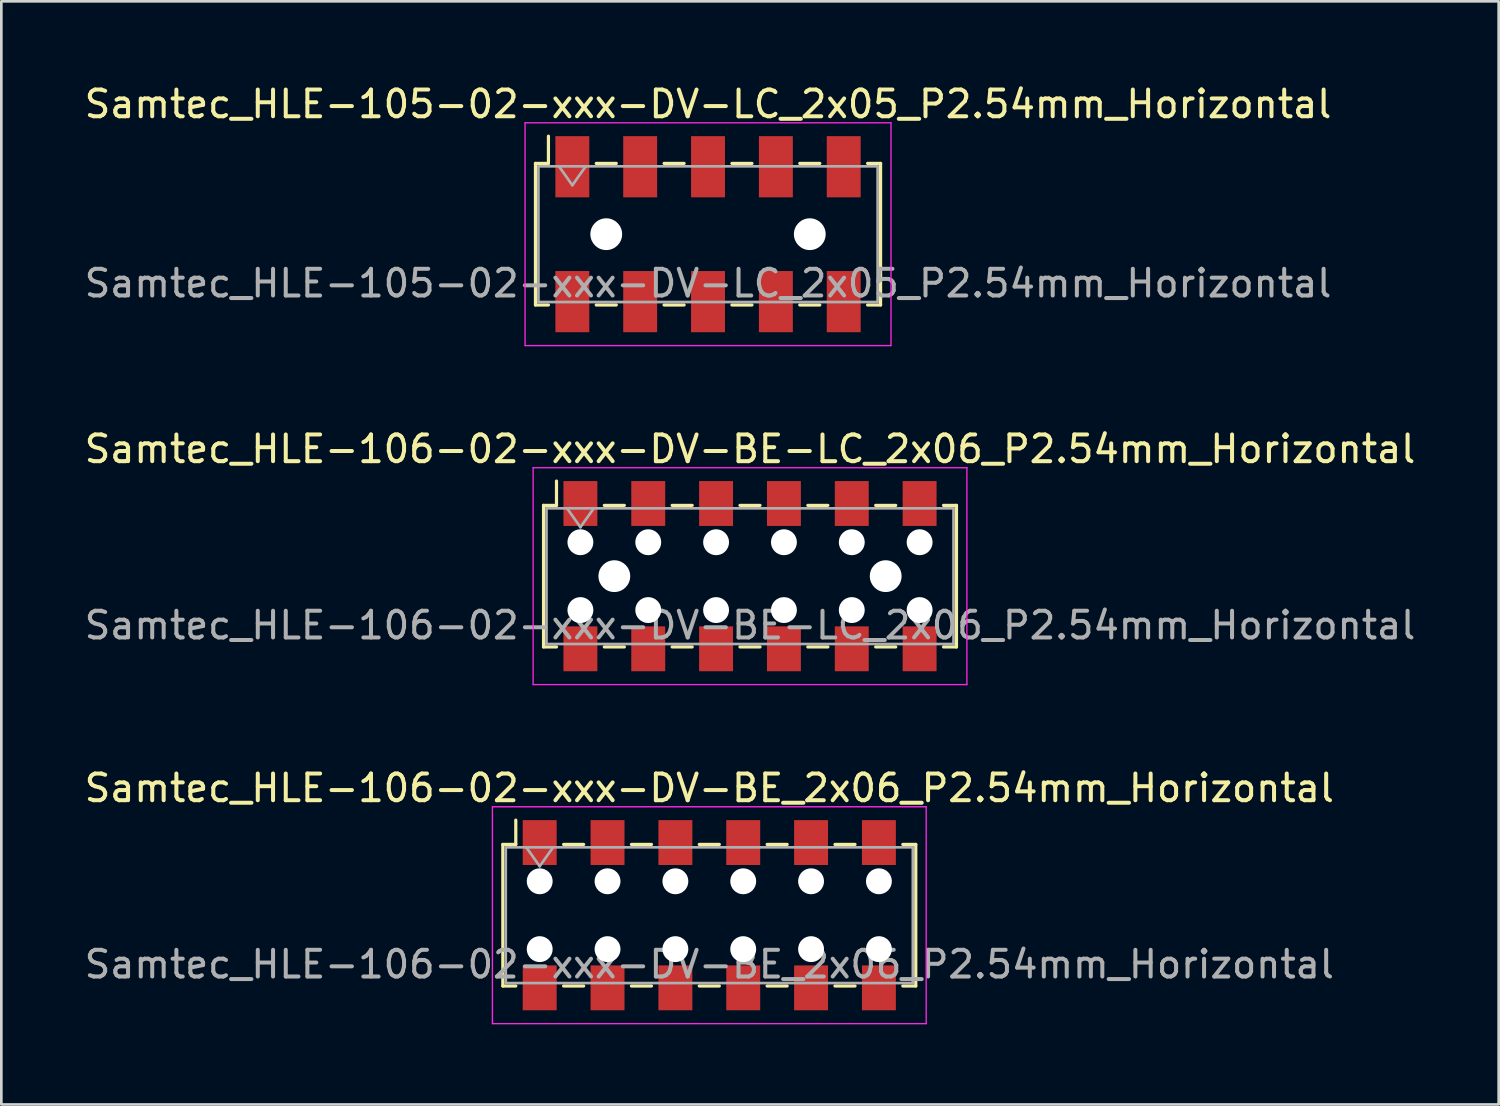
<source format=kicad_pcb>
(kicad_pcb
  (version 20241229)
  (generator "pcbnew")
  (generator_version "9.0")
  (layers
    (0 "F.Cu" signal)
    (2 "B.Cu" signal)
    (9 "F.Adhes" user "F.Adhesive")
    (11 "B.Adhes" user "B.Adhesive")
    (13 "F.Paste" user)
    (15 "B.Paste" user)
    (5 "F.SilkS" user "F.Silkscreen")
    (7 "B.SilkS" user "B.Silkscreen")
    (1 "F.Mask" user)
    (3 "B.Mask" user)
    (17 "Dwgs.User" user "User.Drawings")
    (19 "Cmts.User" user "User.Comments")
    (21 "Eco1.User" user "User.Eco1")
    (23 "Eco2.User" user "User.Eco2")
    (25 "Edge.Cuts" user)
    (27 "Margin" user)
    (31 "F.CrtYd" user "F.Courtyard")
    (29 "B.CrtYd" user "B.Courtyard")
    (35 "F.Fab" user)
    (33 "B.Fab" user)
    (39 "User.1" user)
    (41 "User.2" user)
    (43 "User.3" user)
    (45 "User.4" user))
  (footprint "Samtec_HLE-105-02-xxx-DV-LC_2x05_P2.54mm_Horizontal"
    (layer "F.Cu")
    (at 23.458 5.718)
    (property "Reference" "Samtec_HLE-105-02-xxx-DV-LC_2x05_P2.54mm_Horizontal" (at 0 -4.87 0) (layer "F.SilkS") (effects (font (size 1 1) (thickness 0.15))))
    (attr smd)
    (fp_line (start -6.46 -2.65) (end -6.46 2.65) (stroke (width 0.12) (type solid)) (layer "F.SilkS"))
    (fp_line (start -6.46 2.65) (end -5.975 2.65) (stroke (width 0.12) (type solid)) (layer "F.SilkS"))
    (fp_line (start -5.975 -3.67) (end -5.975 -2.65) (stroke (width 0.12) (type solid)) (layer "F.SilkS"))
    (fp_line (start -5.975 -2.65) (end -6.46 -2.65) (stroke (width 0.12) (type solid)) (layer "F.SilkS"))
    (fp_line (start -4.185 -2.65) (end -3.435 -2.65) (stroke (width 0.12) (type solid)) (layer "F.SilkS"))
    (fp_line (start -4.185 2.65) (end -3.435 2.65) (stroke (width 0.12) (type solid)) (layer "F.SilkS"))
    (fp_line (start -1.645 -2.65) (end -0.895 -2.65) (stroke (width 0.12) (type solid)) (layer "F.SilkS"))
    (fp_line (start -1.645 2.65) (end -0.895 2.65) (stroke (width 0.12) (type solid)) (layer "F.SilkS"))
    (fp_line (start 0.895 -2.65) (end 1.645 -2.65) (stroke (width 0.12) (type solid)) (layer "F.SilkS"))
    (fp_line (start 0.895 2.65) (end 1.645 2.65) (stroke (width 0.12) (type solid)) (layer "F.SilkS"))
    (fp_line (start 3.435 -2.65) (end 4.185 -2.65) (stroke (width 0.12) (type solid)) (layer "F.SilkS"))
    (fp_line (start 3.435 2.65) (end 4.185 2.65) (stroke (width 0.12) (type solid)) (layer "F.SilkS"))
    (fp_line (start 5.975 -2.65) (end 6.46 -2.65) (stroke (width 0.12) (type solid)) (layer "F.SilkS"))
    (fp_line (start 6.46 -2.65) (end 6.46 2.65) (stroke (width 0.12) (type solid)) (layer "F.SilkS"))
    (fp_line (start 6.46 2.65) (end 5.975 2.65) (stroke (width 0.12) (type solid)) (layer "F.SilkS"))
    (fp_line (start -6.85 -4.17) (end 6.85 -4.17) (stroke (width 0.05) (type solid)) (layer "F.CrtYd"))
    (fp_line (start -6.85 4.17) (end -6.85 -4.17) (stroke (width 0.05) (type solid)) (layer "F.CrtYd"))
    (fp_line (start 6.85 -4.17) (end 6.85 4.17) (stroke (width 0.05) (type solid)) (layer "F.CrtYd"))
    (fp_line (start 6.85 4.17) (end -6.85 4.17) (stroke (width 0.05) (type solid)) (layer "F.CrtYd"))
    (fp_line (start -6.35 -2.54) (end 6.35 -2.54) (stroke (width 0.1) (type solid)) (layer "F.Fab"))
    (fp_line (start -6.35 2.54) (end -6.35 -2.54) (stroke (width 0.1) (type solid)) (layer "F.Fab"))
    (fp_line (start -5.58 -2.54) (end -5.08 -1.833) (stroke (width 0.1) (type solid)) (layer "F.Fab"))
    (fp_line (start -5.08 -1.833) (end -4.58 -2.54) (stroke (width 0.1) (type solid)) (layer "F.Fab"))
    (fp_line (start 6.35 -2.54) (end 6.35 2.54) (stroke (width 0.1) (type solid)) (layer "F.Fab"))
    (fp_line (start 6.35 2.54) (end -6.35 2.54) (stroke (width 0.1) (type solid)) (layer "F.Fab"))
    (fp_text user "${REFERENCE}" (at 0 1.84 0) (layer "F.Fab") (effects (font (size 1 1) (thickness 0.15))))
    (pad "" np_thru_hole circle (at -3.81 0) (size 1.19 1.19) (drill 1.19) (layers "*.Cu" "*.Mask"))
    (pad "" np_thru_hole circle (at 3.81 0) (size 1.19 1.19) (drill 1.19) (layers "*.Cu" "*.Mask"))
    (pad "1" smd rect (at -5.08 -2.525) (size 1.27 2.29) (layers "F.Cu" "F.Mask" "F.Paste"))
    (pad "2" smd rect (at -5.08 2.525) (size 1.27 2.29) (layers "F.Cu" "F.Mask" "F.Paste"))
    (pad "3" smd rect (at -2.54 -2.525) (size 1.27 2.29) (layers "F.Cu" "F.Mask" "F.Paste"))
    (pad "4" smd rect (at -2.54 2.525) (size 1.27 2.29) (layers "F.Cu" "F.Mask" "F.Paste"))
    (pad "5" smd rect (at 0 -2.525) (size 1.27 2.29) (layers "F.Cu" "F.Mask" "F.Paste"))
    (pad "6" smd rect (at 0 2.525) (size 1.27 2.29) (layers "F.Cu" "F.Mask" "F.Paste"))
    (pad "7" smd rect (at 2.54 -2.525) (size 1.27 2.29) (layers "F.Cu" "F.Mask" "F.Paste"))
    (pad "8" smd rect (at 2.54 2.525) (size 1.27 2.29) (layers "F.Cu" "F.Mask" "F.Paste"))
    (pad "9" smd rect (at 5.08 -2.525) (size 1.27 2.29) (layers "F.Cu" "F.Mask" "F.Paste"))
    (pad "10" smd rect (at 5.08 2.525) (size 1.27 2.29) (layers "F.Cu" "F.Mask" "F.Paste")))
  (footprint "Samtec_HLE-106-02-xxx-DV-BE-LC_2x06_P2.54mm_Horizontal"
    (layer "F.Cu")
    (at 25.03 18.521)
    (property "Reference" "Samtec_HLE-106-02-xxx-DV-BE-LC_2x06_P2.54mm_Horizontal" (at 0 -4.76 0) (layer "F.SilkS") (effects (font (size 1 1) (thickness 0.15))))
    (attr smd)
    (fp_line (start -7.73 -2.65) (end -7.73 2.65) (stroke (width 0.12) (type solid)) (layer "F.SilkS"))
    (fp_line (start -7.73 2.65) (end -7.245 2.65) (stroke (width 0.12) (type solid)) (layer "F.SilkS"))
    (fp_line (start -7.245 -3.56) (end -7.245 -2.65) (stroke (width 0.12) (type solid)) (layer "F.SilkS"))
    (fp_line (start -7.245 -2.65) (end -7.73 -2.65) (stroke (width 0.12) (type solid)) (layer "F.SilkS"))
    (fp_line (start -5.455 -2.65) (end -4.705 -2.65) (stroke (width 0.12) (type solid)) (layer "F.SilkS"))
    (fp_line (start -5.455 2.65) (end -4.705 2.65) (stroke (width 0.12) (type solid)) (layer "F.SilkS"))
    (fp_line (start -2.915 -2.65) (end -2.165 -2.65) (stroke (width 0.12) (type solid)) (layer "F.SilkS"))
    (fp_line (start -2.915 2.65) (end -2.165 2.65) (stroke (width 0.12) (type solid)) (layer "F.SilkS"))
    (fp_line (start -0.375 -2.65) (end 0.375 -2.65) (stroke (width 0.12) (type solid)) (layer "F.SilkS"))
    (fp_line (start -0.375 2.65) (end 0.375 2.65) (stroke (width 0.12) (type solid)) (layer "F.SilkS"))
    (fp_line (start 2.165 -2.65) (end 2.915 -2.65) (stroke (width 0.12) (type solid)) (layer "F.SilkS"))
    (fp_line (start 2.165 2.65) (end 2.915 2.65) (stroke (width 0.12) (type solid)) (layer "F.SilkS"))
    (fp_line (start 4.705 -2.65) (end 5.455 -2.65) (stroke (width 0.12) (type solid)) (layer "F.SilkS"))
    (fp_line (start 4.705 2.65) (end 5.455 2.65) (stroke (width 0.12) (type solid)) (layer "F.SilkS"))
    (fp_line (start 7.245 -2.65) (end 7.73 -2.65) (stroke (width 0.12) (type solid)) (layer "F.SilkS"))
    (fp_line (start 7.73 -2.65) (end 7.73 2.65) (stroke (width 0.12) (type solid)) (layer "F.SilkS"))
    (fp_line (start 7.73 2.65) (end 7.245 2.65) (stroke (width 0.12) (type solid)) (layer "F.SilkS"))
    (fp_line (start -8.12 -4.06) (end 8.12 -4.06) (stroke (width 0.05) (type solid)) (layer "F.CrtYd"))
    (fp_line (start -8.12 4.06) (end -8.12 -4.06) (stroke (width 0.05) (type solid)) (layer "F.CrtYd"))
    (fp_line (start 8.12 -4.06) (end 8.12 4.06) (stroke (width 0.05) (type solid)) (layer "F.CrtYd"))
    (fp_line (start 8.12 4.06) (end -8.12 4.06) (stroke (width 0.05) (type solid)) (layer "F.CrtYd"))
    (fp_line (start -7.62 -2.54) (end 7.62 -2.54) (stroke (width 0.1) (type solid)) (layer "F.Fab"))
    (fp_line (start -7.62 2.54) (end -7.62 -2.54) (stroke (width 0.1) (type solid)) (layer "F.Fab"))
    (fp_line (start -6.85 -2.54) (end -6.35 -1.833) (stroke (width 0.1) (type solid)) (layer "F.Fab"))
    (fp_line (start -6.35 -1.833) (end -5.85 -2.54) (stroke (width 0.1) (type solid)) (layer "F.Fab"))
    (fp_line (start 7.62 -2.54) (end 7.62 2.54) (stroke (width 0.1) (type solid)) (layer "F.Fab"))
    (fp_line (start 7.62 2.54) (end -7.62 2.54) (stroke (width 0.1) (type solid)) (layer "F.Fab"))
    (fp_text user "${REFERENCE}" (at 0 1.84 0) (layer "F.Fab") (effects (font (size 1 1) (thickness 0.15))))
    (pad "" np_thru_hole circle (at -6.35 -1.27) (size 0.97 0.97) (drill 0.97) (layers "*.Cu" "*.Mask"))
    (pad "" np_thru_hole circle (at -6.35 1.27) (size 0.97 0.97) (drill 0.97) (layers "*.Cu" "*.Mask"))
    (pad "" np_thru_hole circle (at -5.08 0) (size 1.19 1.19) (drill 1.19) (layers "*.Cu" "*.Mask"))
    (pad "" np_thru_hole circle (at -3.81 -1.27) (size 0.97 0.97) (drill 0.97) (layers "*.Cu" "*.Mask"))
    (pad "" np_thru_hole circle (at -3.81 1.27) (size 0.97 0.97) (drill 0.97) (layers "*.Cu" "*.Mask"))
    (pad "" np_thru_hole circle (at -1.27 -1.27) (size 0.97 0.97) (drill 0.97) (layers "*.Cu" "*.Mask"))
    (pad "" np_thru_hole circle (at -1.27 1.27) (size 0.97 0.97) (drill 0.97) (layers "*.Cu" "*.Mask"))
    (pad "" np_thru_hole circle (at 1.27 -1.27) (size 0.97 0.97) (drill 0.97) (layers "*.Cu" "*.Mask"))
    (pad "" np_thru_hole circle (at 1.27 1.27) (size 0.97 0.97) (drill 0.97) (layers "*.Cu" "*.Mask"))
    (pad "" np_thru_hole circle (at 3.81 -1.27) (size 0.97 0.97) (drill 0.97) (layers "*.Cu" "*.Mask"))
    (pad "" np_thru_hole circle (at 3.81 1.27) (size 0.97 0.97) (drill 0.97) (layers "*.Cu" "*.Mask"))
    (pad "" np_thru_hole circle (at 5.08 0) (size 1.19 1.19) (drill 1.19) (layers "*.Cu" "*.Mask"))
    (pad "" np_thru_hole circle (at 6.35 -1.27) (size 0.97 0.97) (drill 0.97) (layers "*.Cu" "*.Mask"))
    (pad "" np_thru_hole circle (at 6.35 1.27) (size 0.97 0.97) (drill 0.97) (layers "*.Cu" "*.Mask"))
    (pad "1" smd rect (at -6.35 -2.72) (size 1.27 1.68) (layers "F.Cu" "F.Mask" "F.Paste"))
    (pad "2" smd rect (at -6.35 2.72) (size 1.27 1.68) (layers "F.Cu" "F.Mask" "F.Paste"))
    (pad "3" smd rect (at -3.81 -2.72) (size 1.27 1.68) (layers "F.Cu" "F.Mask" "F.Paste"))
    (pad "4" smd rect (at -3.81 2.72) (size 1.27 1.68) (layers "F.Cu" "F.Mask" "F.Paste"))
    (pad "5" smd rect (at -1.27 -2.72) (size 1.27 1.68) (layers "F.Cu" "F.Mask" "F.Paste"))
    (pad "6" smd rect (at -1.27 2.72) (size 1.27 1.68) (layers "F.Cu" "F.Mask" "F.Paste"))
    (pad "7" smd rect (at 1.27 -2.72) (size 1.27 1.68) (layers "F.Cu" "F.Mask" "F.Paste"))
    (pad "8" smd rect (at 1.27 2.72) (size 1.27 1.68) (layers "F.Cu" "F.Mask" "F.Paste"))
    (pad "9" smd rect (at 3.81 -2.72) (size 1.27 1.68) (layers "F.Cu" "F.Mask" "F.Paste"))
    (pad "10" smd rect (at 3.81 2.72) (size 1.27 1.68) (layers "F.Cu" "F.Mask" "F.Paste"))
    (pad "11" smd rect (at 6.35 -2.72) (size 1.27 1.68) (layers "F.Cu" "F.Mask" "F.Paste"))
    (pad "12" smd rect (at 6.35 2.72) (size 1.27 1.68) (layers "F.Cu" "F.Mask" "F.Paste")))
  (footprint "Samtec_HLE-106-02-xxx-DV-BE_2x06_P2.54mm_Horizontal"
    (layer "F.Cu")
    (at 23.506 31.215)
    (property "Reference" "Samtec_HLE-106-02-xxx-DV-BE_2x06_P2.54mm_Horizontal" (at 0 -4.76 0) (layer "F.SilkS") (effects (font (size 1 1) (thickness 0.15))))
    (attr smd)
    (fp_line (start -7.73 -2.65) (end -7.73 2.65) (stroke (width 0.12) (type solid)) (layer "F.SilkS"))
    (fp_line (start -7.73 2.65) (end -7.245 2.65) (stroke (width 0.12) (type solid)) (layer "F.SilkS"))
    (fp_line (start -7.245 -3.56) (end -7.245 -2.65) (stroke (width 0.12) (type solid)) (layer "F.SilkS"))
    (fp_line (start -7.245 -2.65) (end -7.73 -2.65) (stroke (width 0.12) (type solid)) (layer "F.SilkS"))
    (fp_line (start -5.455 -2.65) (end -4.705 -2.65) (stroke (width 0.12) (type solid)) (layer "F.SilkS"))
    (fp_line (start -5.455 2.65) (end -4.705 2.65) (stroke (width 0.12) (type solid)) (layer "F.SilkS"))
    (fp_line (start -2.915 -2.65) (end -2.165 -2.65) (stroke (width 0.12) (type solid)) (layer "F.SilkS"))
    (fp_line (start -2.915 2.65) (end -2.165 2.65) (stroke (width 0.12) (type solid)) (layer "F.SilkS"))
    (fp_line (start -0.375 -2.65) (end 0.375 -2.65) (stroke (width 0.12) (type solid)) (layer "F.SilkS"))
    (fp_line (start -0.375 2.65) (end 0.375 2.65) (stroke (width 0.12) (type solid)) (layer "F.SilkS"))
    (fp_line (start 2.165 -2.65) (end 2.915 -2.65) (stroke (width 0.12) (type solid)) (layer "F.SilkS"))
    (fp_line (start 2.165 2.65) (end 2.915 2.65) (stroke (width 0.12) (type solid)) (layer "F.SilkS"))
    (fp_line (start 4.705 -2.65) (end 5.455 -2.65) (stroke (width 0.12) (type solid)) (layer "F.SilkS"))
    (fp_line (start 4.705 2.65) (end 5.455 2.65) (stroke (width 0.12) (type solid)) (layer "F.SilkS"))
    (fp_line (start 7.245 -2.65) (end 7.73 -2.65) (stroke (width 0.12) (type solid)) (layer "F.SilkS"))
    (fp_line (start 7.73 -2.65) (end 7.73 2.65) (stroke (width 0.12) (type solid)) (layer "F.SilkS"))
    (fp_line (start 7.73 2.65) (end 7.245 2.65) (stroke (width 0.12) (type solid)) (layer "F.SilkS"))
    (fp_line (start -8.12 -4.06) (end 8.12 -4.06) (stroke (width 0.05) (type solid)) (layer "F.CrtYd"))
    (fp_line (start -8.12 4.06) (end -8.12 -4.06) (stroke (width 0.05) (type solid)) (layer "F.CrtYd"))
    (fp_line (start 8.12 -4.06) (end 8.12 4.06) (stroke (width 0.05) (type solid)) (layer "F.CrtYd"))
    (fp_line (start 8.12 4.06) (end -8.12 4.06) (stroke (width 0.05) (type solid)) (layer "F.CrtYd"))
    (fp_line (start -7.62 -2.54) (end 7.62 -2.54) (stroke (width 0.1) (type solid)) (layer "F.Fab"))
    (fp_line (start -7.62 2.54) (end -7.62 -2.54) (stroke (width 0.1) (type solid)) (layer "F.Fab"))
    (fp_line (start -6.85 -2.54) (end -6.35 -1.833) (stroke (width 0.1) (type solid)) (layer "F.Fab"))
    (fp_line (start -6.35 -1.833) (end -5.85 -2.54) (stroke (width 0.1) (type solid)) (layer "F.Fab"))
    (fp_line (start 7.62 -2.54) (end 7.62 2.54) (stroke (width 0.1) (type solid)) (layer "F.Fab"))
    (fp_line (start 7.62 2.54) (end -7.62 2.54) (stroke (width 0.1) (type solid)) (layer "F.Fab"))
    (fp_text user "${REFERENCE}" (at 0 1.84 0) (layer "F.Fab") (effects (font (size 1 1) (thickness 0.15))))
    (pad "" np_thru_hole circle (at -6.35 -1.27) (size 0.97 0.97) (drill 0.97) (layers "*.Cu" "*.Mask"))
    (pad "" np_thru_hole circle (at -6.35 1.27) (size 0.97 0.97) (drill 0.97) (layers "*.Cu" "*.Mask"))
    (pad "" np_thru_hole circle (at -3.81 -1.27) (size 0.97 0.97) (drill 0.97) (layers "*.Cu" "*.Mask"))
    (pad "" np_thru_hole circle (at -3.81 1.27) (size 0.97 0.97) (drill 0.97) (layers "*.Cu" "*.Mask"))
    (pad "" np_thru_hole circle (at -1.27 -1.27) (size 0.97 0.97) (drill 0.97) (layers "*.Cu" "*.Mask"))
    (pad "" np_thru_hole circle (at -1.27 1.27) (size 0.97 0.97) (drill 0.97) (layers "*.Cu" "*.Mask"))
    (pad "" np_thru_hole circle (at 1.27 -1.27) (size 0.97 0.97) (drill 0.97) (layers "*.Cu" "*.Mask"))
    (pad "" np_thru_hole circle (at 1.27 1.27) (size 0.97 0.97) (drill 0.97) (layers "*.Cu" "*.Mask"))
    (pad "" np_thru_hole circle (at 3.81 -1.27) (size 0.97 0.97) (drill 0.97) (layers "*.Cu" "*.Mask"))
    (pad "" np_thru_hole circle (at 3.81 1.27) (size 0.97 0.97) (drill 0.97) (layers "*.Cu" "*.Mask"))
    (pad "" np_thru_hole circle (at 6.35 -1.27) (size 0.97 0.97) (drill 0.97) (layers "*.Cu" "*.Mask"))
    (pad "" np_thru_hole circle (at 6.35 1.27) (size 0.97 0.97) (drill 0.97) (layers "*.Cu" "*.Mask"))
    (pad "1" smd rect (at -6.35 -2.72) (size 1.27 1.68) (layers "F.Cu" "F.Mask" "F.Paste"))
    (pad "2" smd rect (at -6.35 2.72) (size 1.27 1.68) (layers "F.Cu" "F.Mask" "F.Paste"))
    (pad "3" smd rect (at -3.81 -2.72) (size 1.27 1.68) (layers "F.Cu" "F.Mask" "F.Paste"))
    (pad "4" smd rect (at -3.81 2.72) (size 1.27 1.68) (layers "F.Cu" "F.Mask" "F.Paste"))
    (pad "5" smd rect (at -1.27 -2.72) (size 1.27 1.68) (layers "F.Cu" "F.Mask" "F.Paste"))
    (pad "6" smd rect (at -1.27 2.72) (size 1.27 1.68) (layers "F.Cu" "F.Mask" "F.Paste"))
    (pad "7" smd rect (at 1.27 -2.72) (size 1.27 1.68) (layers "F.Cu" "F.Mask" "F.Paste"))
    (pad "8" smd rect (at 1.27 2.72) (size 1.27 1.68) (layers "F.Cu" "F.Mask" "F.Paste"))
    (pad "9" smd rect (at 3.81 -2.72) (size 1.27 1.68) (layers "F.Cu" "F.Mask" "F.Paste"))
    (pad "10" smd rect (at 3.81 2.72) (size 1.27 1.68) (layers "F.Cu" "F.Mask" "F.Paste"))
    (pad "11" smd rect (at 6.35 -2.72) (size 1.27 1.68) (layers "F.Cu" "F.Mask" "F.Paste"))
    (pad "12" smd rect (at 6.35 2.72) (size 1.27 1.68) (layers "F.Cu" "F.Mask" "F.Paste")))
  (gr_rect
    (start -3 -3)
    (end 53.06 38.3)
    (stroke (width 0.1) (type default))
    (fill no)
    (layer "Edge.Cuts")))
</source>
